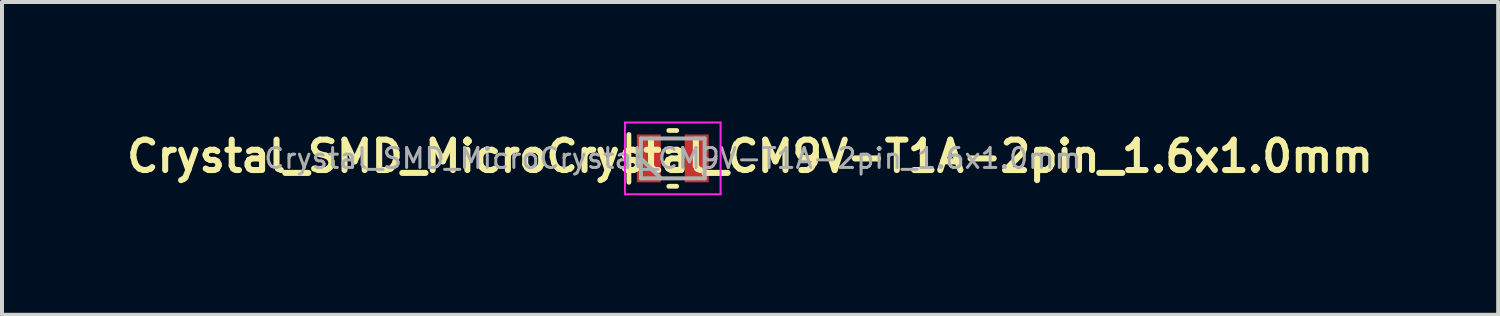
<source format=kicad_pcb>
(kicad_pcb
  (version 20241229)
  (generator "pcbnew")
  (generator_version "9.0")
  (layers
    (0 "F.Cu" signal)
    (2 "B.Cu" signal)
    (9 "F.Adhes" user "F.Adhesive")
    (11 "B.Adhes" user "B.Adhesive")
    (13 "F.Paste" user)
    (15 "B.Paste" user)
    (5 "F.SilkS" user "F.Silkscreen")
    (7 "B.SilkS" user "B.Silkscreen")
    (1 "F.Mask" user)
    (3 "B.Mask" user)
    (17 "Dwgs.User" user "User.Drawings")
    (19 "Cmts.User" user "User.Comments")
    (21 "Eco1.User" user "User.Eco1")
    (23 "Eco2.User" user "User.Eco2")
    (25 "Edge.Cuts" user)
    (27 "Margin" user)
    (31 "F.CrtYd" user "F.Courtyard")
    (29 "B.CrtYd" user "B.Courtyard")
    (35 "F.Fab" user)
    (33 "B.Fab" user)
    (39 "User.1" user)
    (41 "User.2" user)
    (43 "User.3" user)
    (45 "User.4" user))
  (footprint "Crystal_SMD_MicroCrystal_CM9V-T1A-2pin_1.6x1.0mm"
    (layer "F.Cu")
    (at 13.833 0.925)
    (property "Reference" "Crystal_SMD_MicroCrystal_CM9V-T1A-2pin_1.6x1.0mm" (at 1.94 -0.053 0) (layer "F.SilkS") (effects (font (size 0.762 0.762) (thickness 0.152))))
    (attr smd)
    (fp_line (start -1.1 -0.6) (end -1.1 0.6) (stroke (width 0.12) (type solid)) (layer "F.SilkS"))
    (fp_line (start -0.1 -0.7) (end 0.1 -0.7) (stroke (width 0.12) (type solid)) (layer "F.SilkS"))
    (fp_line (start -0.1 0.7) (end 0.1 0.7) (stroke (width 0.12) (type solid)) (layer "F.SilkS"))
    (fp_line (start -1.2 -0.9) (end -1.2 0.9) (stroke (width 0.05) (type solid)) (layer "F.CrtYd"))
    (fp_line (start -1.2 0.9) (end 1.2 0.9) (stroke (width 0.05) (type solid)) (layer "F.CrtYd"))
    (fp_line (start 1.2 -0.9) (end -1.2 -0.9) (stroke (width 0.05) (type solid)) (layer "F.CrtYd"))
    (fp_line (start 1.2 0.9) (end 1.2 -0.9) (stroke (width 0.05) (type solid)) (layer "F.CrtYd"))
    (fp_line (start -0.8 -0.5) (end -0.8 0.5) (stroke (width 0.1) (type solid)) (layer "F.Fab"))
    (fp_line (start -0.8 0) (end -0.3 0.5) (stroke (width 0.1) (type solid)) (layer "F.Fab"))
    (fp_line (start -0.8 0.5) (end 0.8 0.5) (stroke (width 0.1) (type solid)) (layer "F.Fab"))
    (fp_line (start 0.8 -0.5) (end -0.8 -0.5) (stroke (width 0.1) (type solid)) (layer "F.Fab"))
    (fp_line (start 0.8 0.5) (end 0.8 -0.5) (stroke (width 0.1) (type solid)) (layer "F.Fab"))
    (fp_text user "${REFERENCE}" (at 0 0 0) (layer "F.Fab") (effects (font (size 0.5 0.5) (thickness 0.075))))
    (pad "1" smd rect (at -0.6 0) (size 0.6 1.2) (layers "F.Cu" "F.Mask" "F.Paste"))
    (pad "2" smd rect (at 0.6 0) (size 0.6 1.2) (layers "F.Cu" "F.Mask" "F.Paste")))
  (gr_rect
    (start -3 -3)
    (end 34.547 4.85)
    (stroke (width 0.1) (type default))
    (fill no)
    (layer "Edge.Cuts")))
</source>
